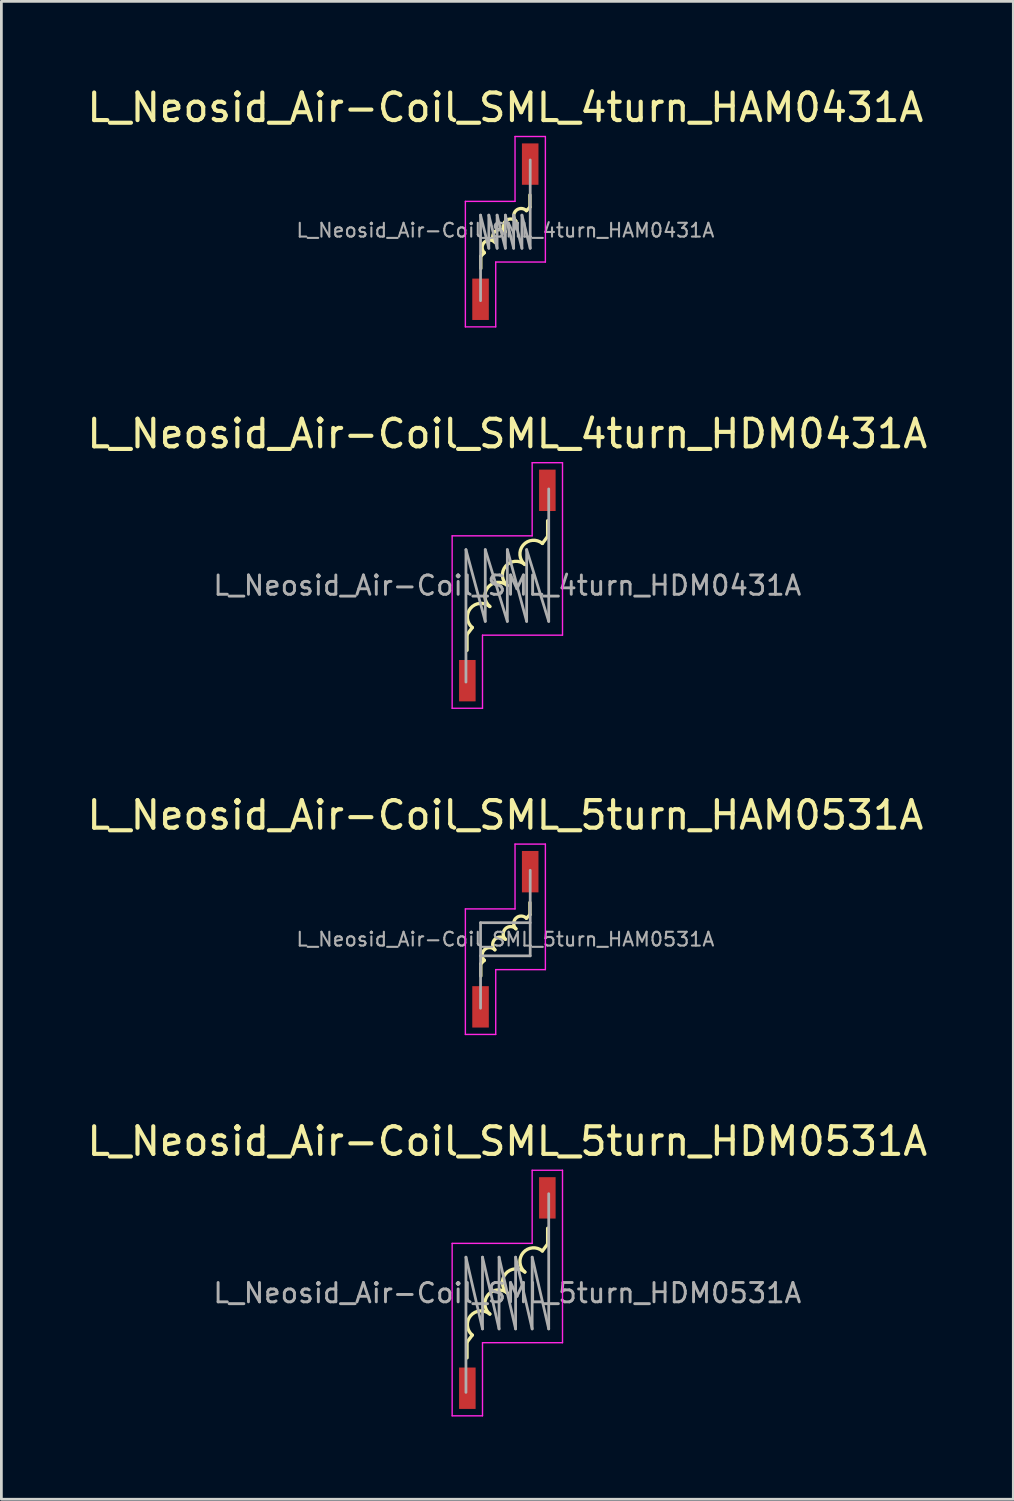
<source format=kicad_pcb>
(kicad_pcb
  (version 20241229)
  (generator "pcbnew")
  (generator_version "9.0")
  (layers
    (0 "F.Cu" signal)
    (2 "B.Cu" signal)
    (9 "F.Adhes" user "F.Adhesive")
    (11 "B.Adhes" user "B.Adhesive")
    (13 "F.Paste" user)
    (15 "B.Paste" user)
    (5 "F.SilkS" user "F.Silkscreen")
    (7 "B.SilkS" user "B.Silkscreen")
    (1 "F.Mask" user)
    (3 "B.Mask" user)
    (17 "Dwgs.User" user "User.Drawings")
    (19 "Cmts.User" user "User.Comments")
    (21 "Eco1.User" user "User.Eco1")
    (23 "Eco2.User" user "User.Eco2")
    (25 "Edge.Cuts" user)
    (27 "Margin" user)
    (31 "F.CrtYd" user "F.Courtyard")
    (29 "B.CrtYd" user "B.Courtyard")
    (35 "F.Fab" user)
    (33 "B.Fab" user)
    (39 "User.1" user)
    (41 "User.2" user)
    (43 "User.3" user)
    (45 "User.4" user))
  (footprint "L_Neosid_Air-Coil_SML_5turn_HDM0531A"
    (layer "F.Cu")
    (at 15.339 43.818)
    (property "Reference" "L_Neosid_Air-Coil_SML_5turn_HDM0531A" (at 0 -5.5 0) (layer "F.SilkS") (effects (font (size 1 1) (thickness 0.15))))
    (attr smd)
    (fp_line (start -1.46 1.778) (end -1.46 2.349) (stroke (width 0.12) (type solid)) (layer "F.SilkS"))
    (fp_line (start -1.27 1.524) (end -1.46 1.778) (stroke (width 0.12) (type solid)) (layer "F.SilkS"))
    (fp_line (start 1.46 -1.778) (end 1.27 -1.524) (stroke (width 0.12) (type solid)) (layer "F.SilkS"))
    (fp_line (start 1.46 -1.778) (end 1.46 -2.349) (stroke (width 0.12) (type solid)) (layer "F.SilkS"))
    (fp_arc (start -1.269998 1.523998) (mid -1.333498 0.8255) (end -0.635 0.762) (stroke (width 0.12) (type solid)) (layer "F.SilkS"))
    (fp_arc (start -0.634998 0.761998) (mid -0.698498 0.0635) (end 0 0) (stroke (width 0.12) (type solid)) (layer "F.SilkS"))
    (fp_arc (start 0.000002 -0.000002) (mid -0.063498 -0.6985) (end 0.635 -0.762) (stroke (width 0.12) (type solid)) (layer "F.SilkS"))
    (fp_arc (start 0.635002 -0.762002) (mid 0.571502 -1.4605) (end 1.27 -1.524) (stroke (width 0.12) (type solid)) (layer "F.SilkS"))
    (fp_line (start -2 -1.8) (end -2 4.45) (stroke (width 0.05) (type solid)) (layer "F.CrtYd"))
    (fp_line (start -2 4.45) (end -0.9 4.45) (stroke (width 0.05) (type solid)) (layer "F.CrtYd"))
    (fp_line (start -0.9 1.8) (end 2 1.8) (stroke (width 0.05) (type solid)) (layer "F.CrtYd"))
    (fp_line (start -0.9 4.45) (end -0.9 1.8) (stroke (width 0.05) (type solid)) (layer "F.CrtYd"))
    (fp_line (start 0.9 -4.45) (end 0.9 -1.8) (stroke (width 0.05) (type solid)) (layer "F.CrtYd"))
    (fp_line (start 0.9 -1.8) (end -2 -1.8) (stroke (width 0.05) (type solid)) (layer "F.CrtYd"))
    (fp_line (start 2 -4.45) (end 0.9 -4.45) (stroke (width 0.05) (type solid)) (layer "F.CrtYd"))
    (fp_line (start 2 1.8) (end 2 -4.45) (stroke (width 0.05) (type solid)) (layer "F.CrtYd"))
    (fp_line (start -1.5 -1.3) (end -0.9 1.3) (stroke (width 0.1) (type solid)) (layer "F.Fab"))
    (fp_line (start -1.5 3.6) (end -1.5 -1.3) (stroke (width 0.1) (type solid)) (layer "F.Fab"))
    (fp_line (start -0.9 -1.3) (end -0.3 1.3) (stroke (width 0.1) (type solid)) (layer "F.Fab"))
    (fp_line (start -0.9 1.3) (end -0.9 -1.3) (stroke (width 0.1) (type solid)) (layer "F.Fab"))
    (fp_line (start -0.3 -1.3) (end 0.3 1.3) (stroke (width 0.1) (type solid)) (layer "F.Fab"))
    (fp_line (start -0.3 1.3) (end -0.3 -1.3) (stroke (width 0.1) (type solid)) (layer "F.Fab"))
    (fp_line (start 0.3 -1.3) (end 0.9 1.3) (stroke (width 0.1) (type solid)) (layer "F.Fab"))
    (fp_line (start 0.3 1.3) (end 0.3 -1.3) (stroke (width 0.1) (type solid)) (layer "F.Fab"))
    (fp_line (start 0.9 -1.3) (end 1.5 1.3) (stroke (width 0.1) (type solid)) (layer "F.Fab"))
    (fp_line (start 0.9 1.3) (end 0.9 -1.3) (stroke (width 0.1) (type solid)) (layer "F.Fab"))
    (fp_line (start 1.5 1.3) (end 1.5 -3.6) (stroke (width 0.1) (type solid)) (layer "F.Fab"))
    (fp_text user "${REFERENCE}" (at 0 0 0) (layer "F.Fab") (effects (font (size 0.7 0.7) (thickness 0.105))))
    (pad "1" smd rect (at -1.45 3.45) (size 0.6 1.5) (layers "F.Cu" "F.Mask" "F.Paste"))
    (pad "2" smd rect (at 1.45 -3.45) (size 0.6 1.5) (layers "F.Cu" "F.Mask" "F.Paste")))
  (footprint "L_Neosid_Air-Coil_SML_4turn_HDM0431A"
    (layer "F.Cu")
    (at 15.339 18.172)
    (property "Reference" "L_Neosid_Air-Coil_SML_4turn_HDM0431A" (at 0 -5.5 0) (layer "F.SilkS") (effects (font (size 1 1) (thickness 0.15))))
    (attr smd)
    (fp_line (start -1.46 1.778) (end -1.46 2.349) (stroke (width 0.12) (type solid)) (layer "F.SilkS"))
    (fp_line (start -1.27 1.524) (end -1.46 1.778) (stroke (width 0.12) (type solid)) (layer "F.SilkS"))
    (fp_line (start 1.46 -1.778) (end 1.27 -1.524) (stroke (width 0.12) (type solid)) (layer "F.SilkS"))
    (fp_line (start 1.46 -1.778) (end 1.46 -2.349) (stroke (width 0.12) (type solid)) (layer "F.SilkS"))
    (fp_arc (start -1.269998 1.523998) (mid -1.333498 0.8255) (end -0.635 0.762) (stroke (width 0.12) (type solid)) (layer "F.SilkS"))
    (fp_arc (start -0.634998 0.761998) (mid -0.698498 0.0635) (end 0 0) (stroke (width 0.12) (type solid)) (layer "F.SilkS"))
    (fp_arc (start 0.000002 -0.000002) (mid -0.063498 -0.6985) (end 0.635 -0.762) (stroke (width 0.12) (type solid)) (layer "F.SilkS"))
    (fp_arc (start 0.635002 -0.762002) (mid 0.571502 -1.4605) (end 1.27 -1.524) (stroke (width 0.12) (type solid)) (layer "F.SilkS"))
    (fp_line (start -2 -1.8) (end -2 4.45) (stroke (width 0.05) (type solid)) (layer "F.CrtYd"))
    (fp_line (start -2 4.45) (end -0.9 4.45) (stroke (width 0.05) (type solid)) (layer "F.CrtYd"))
    (fp_line (start -0.9 1.8) (end 2 1.8) (stroke (width 0.05) (type solid)) (layer "F.CrtYd"))
    (fp_line (start -0.9 4.45) (end -0.9 1.8) (stroke (width 0.05) (type solid)) (layer "F.CrtYd"))
    (fp_line (start 0.9 -4.45) (end 0.9 -1.8) (stroke (width 0.05) (type solid)) (layer "F.CrtYd"))
    (fp_line (start 0.9 -1.8) (end -2 -1.8) (stroke (width 0.05) (type solid)) (layer "F.CrtYd"))
    (fp_line (start 2 -4.45) (end 0.9 -4.45) (stroke (width 0.05) (type solid)) (layer "F.CrtYd"))
    (fp_line (start 2 1.8) (end 2 -4.45) (stroke (width 0.05) (type solid)) (layer "F.CrtYd"))
    (fp_line (start -1.5 -1.3) (end -0.8 1.3) (stroke (width 0.1) (type solid)) (layer "F.Fab"))
    (fp_line (start -1.5 3.5) (end -1.5 -1.3) (stroke (width 0.1) (type solid)) (layer "F.Fab"))
    (fp_line (start -0.8 -1.3) (end 0 1.3) (stroke (width 0.1) (type solid)) (layer "F.Fab"))
    (fp_line (start -0.8 1.3) (end -0.8 -1.3) (stroke (width 0.1) (type solid)) (layer "F.Fab"))
    (fp_line (start 0 -1.3) (end 0.7 1.3) (stroke (width 0.1) (type solid)) (layer "F.Fab"))
    (fp_line (start 0 1.3) (end 0 -1.3) (stroke (width 0.1) (type solid)) (layer "F.Fab"))
    (fp_line (start 0.7 -1.3) (end 1.5 1.3) (stroke (width 0.1) (type solid)) (layer "F.Fab"))
    (fp_line (start 0.7 1.3) (end 0.7 -1.3) (stroke (width 0.1) (type solid)) (layer "F.Fab"))
    (fp_line (start 1.5 1.3) (end 1.5 -3.5) (stroke (width 0.1) (type solid)) (layer "F.Fab"))
    (fp_text user "${REFERENCE}" (at 0 0 0) (layer "F.Fab") (effects (font (size 0.7 0.7) (thickness 0.105))))
    (pad "1" smd rect (at -1.45 3.45) (size 0.6 1.5) (layers "F.Cu" "F.Mask" "F.Paste"))
    (pad "2" smd rect (at 1.45 -3.45) (size 0.6 1.5) (layers "F.Cu" "F.Mask" "F.Paste")))
  (footprint "L_Neosid_Air-Coil_SML_4turn_HAM0431A"
    (layer "F.Cu")
    (at 15.268 5.348)
    (property "Reference" "L_Neosid_Air-Coil_SML_4turn_HAM0431A" (at 0 -4.5 0) (layer "F.SilkS") (effects (font (size 1 1) (thickness 0.15))))
    (attr smd)
    (fp_line (start -0.889 0.889) (end -0.762 0.762) (stroke (width 0.12) (type solid)) (layer "F.SilkS"))
    (fp_line (start -0.889 1.333) (end -0.889 0.889) (stroke (width 0.12) (type solid)) (layer "F.SilkS"))
    (fp_line (start 0.762 -0.762) (end 0.889 -0.889) (stroke (width 0.12) (type solid)) (layer "F.SilkS"))
    (fp_line (start 0.889 -0.889) (end 0.889 -1.333) (stroke (width 0.12) (type solid)) (layer "F.SilkS"))
    (fp_arc (start -0.761996 0.761996) (mid -0.761996 0.380998) (end -0.380998 0.380998) (stroke (width 0.12) (type solid)) (layer "F.SilkS"))
    (fp_arc (start -0.380998 0.380998) (mid -0.380998 0) (end 0 0) (stroke (width 0.12) (type solid)) (layer "F.SilkS"))
    (fp_arc (start 0.000002 -0.000002) (mid 0.000002 -0.381) (end 0.381 -0.381) (stroke (width 0.12) (type solid)) (layer "F.SilkS"))
    (fp_arc (start 0.381002 -0.381002) (mid 0.381002 -0.762) (end 0.762 -0.762) (stroke (width 0.12) (type solid)) (layer "F.SilkS"))
    (fp_line (start -1.45 -1.1) (end -1.45 3.45) (stroke (width 0.05) (type solid)) (layer "F.CrtYd"))
    (fp_line (start -1.45 3.45) (end -0.35 3.45) (stroke (width 0.05) (type solid)) (layer "F.CrtYd"))
    (fp_line (start -0.35 1.1) (end 1.45 1.1) (stroke (width 0.05) (type solid)) (layer "F.CrtYd"))
    (fp_line (start -0.35 3.45) (end -0.35 1.1) (stroke (width 0.05) (type solid)) (layer "F.CrtYd"))
    (fp_line (start 0.35 -3.45) (end 0.35 -1.1) (stroke (width 0.05) (type solid)) (layer "F.CrtYd"))
    (fp_line (start 0.35 -1.1) (end -1.45 -1.1) (stroke (width 0.05) (type solid)) (layer "F.CrtYd"))
    (fp_line (start 1.45 -3.45) (end 0.35 -3.45) (stroke (width 0.05) (type solid)) (layer "F.CrtYd"))
    (fp_line (start 1.45 1.1) (end 1.45 -3.45) (stroke (width 0.05) (type solid)) (layer "F.CrtYd"))
    (fp_line (start -0.9 -0.6) (end -0.6 0.6) (stroke (width 0.1) (type solid)) (layer "F.Fab"))
    (fp_line (start -0.9 2.5) (end -0.9 -0.6) (stroke (width 0.1) (type solid)) (layer "F.Fab"))
    (fp_line (start -0.6 -0.6) (end -0.3 0.6) (stroke (width 0.1) (type solid)) (layer "F.Fab"))
    (fp_line (start -0.6 0.6) (end -0.6 -0.6) (stroke (width 0.1) (type solid)) (layer "F.Fab"))
    (fp_line (start -0.3 -0.6) (end 0 0.6) (stroke (width 0.1) (type solid)) (layer "F.Fab"))
    (fp_line (start -0.3 0.6) (end -0.3 -0.6) (stroke (width 0.1) (type solid)) (layer "F.Fab"))
    (fp_line (start 0 0.6) (end 0 -0.6) (stroke (width 0.1) (type solid)) (layer "F.Fab"))
    (fp_line (start 0.3 -0.6) (end 0.3 0.6) (stroke (width 0.1) (type solid)) (layer "F.Fab"))
    (fp_line (start 0.3 -0.6) (end 0.6 0.6) (stroke (width 0.1) (type solid)) (layer "F.Fab"))
    (fp_line (start 0.3 0.6) (end 0 -0.6) (stroke (width 0.1) (type solid)) (layer "F.Fab"))
    (fp_line (start 0.6 -0.6) (end 0.9 0.6) (stroke (width 0.1) (type solid)) (layer "F.Fab"))
    (fp_line (start 0.6 0.6) (end 0.6 -0.6) (stroke (width 0.1) (type solid)) (layer "F.Fab"))
    (fp_line (start 0.9 0.6) (end 0.9 -2.6) (stroke (width 0.1) (type solid)) (layer "F.Fab"))
    (fp_text user "${REFERENCE}" (at 0 -0.05 0) (layer "F.Fab") (effects (font (size 0.5 0.5) (thickness 0.075))))
    (pad "1" smd rect (at -0.9 2.45) (size 0.6 1.5) (layers "F.Cu" "F.Mask" "F.Paste"))
    (pad "2" smd rect (at 0.9 -2.45) (size 0.6 1.5) (layers "F.Cu" "F.Mask" "F.Paste")))
  (footprint "L_Neosid_Air-Coil_SML_5turn_HAM0531A"
    (layer "F.Cu")
    (at 15.268 30.995)
    (property "Reference" "L_Neosid_Air-Coil_SML_5turn_HAM0531A" (at 0 -4.5 0) (layer "F.SilkS") (effects (font (size 1 1) (thickness 0.15))))
    (attr smd)
    (fp_line (start -0.889 0.889) (end -0.762 0.762) (stroke (width 0.12) (type solid)) (layer "F.SilkS"))
    (fp_line (start -0.889 1.333) (end -0.889 0.889) (stroke (width 0.12) (type solid)) (layer "F.SilkS"))
    (fp_line (start 0.762 -0.762) (end 0.889 -0.889) (stroke (width 0.12) (type solid)) (layer "F.SilkS"))
    (fp_line (start 0.889 -0.889) (end 0.889 -1.333) (stroke (width 0.12) (type solid)) (layer "F.SilkS"))
    (fp_arc (start -0.761996 0.761996) (mid -0.761996 0.380998) (end -0.380998 0.380998) (stroke (width 0.12) (type solid)) (layer "F.SilkS"))
    (fp_arc (start -0.380998 0.380998) (mid -0.380998 0) (end 0 0) (stroke (width 0.12) (type solid)) (layer "F.SilkS"))
    (fp_arc (start 0.000002 -0.000002) (mid 0.000002 -0.381) (end 0.381 -0.381) (stroke (width 0.12) (type solid)) (layer "F.SilkS"))
    (fp_arc (start 0.381002 -0.381002) (mid 0.381002 -0.762) (end 0.762 -0.762) (stroke (width 0.12) (type solid)) (layer "F.SilkS"))
    (fp_line (start -1.45 -1.1) (end -1.45 3.45) (stroke (width 0.05) (type solid)) (layer "F.CrtYd"))
    (fp_line (start -1.45 3.45) (end -0.35 3.45) (stroke (width 0.05) (type solid)) (layer "F.CrtYd"))
    (fp_line (start -0.35 1.1) (end 1.45 1.1) (stroke (width 0.05) (type solid)) (layer "F.CrtYd"))
    (fp_line (start -0.35 3.45) (end -0.35 1.1) (stroke (width 0.05) (type solid)) (layer "F.CrtYd"))
    (fp_line (start 0.35 -3.45) (end 0.35 -1.1) (stroke (width 0.05) (type solid)) (layer "F.CrtYd"))
    (fp_line (start 0.35 -1.1) (end -1.45 -1.1) (stroke (width 0.05) (type solid)) (layer "F.CrtYd"))
    (fp_line (start 1.45 -3.45) (end 0.35 -3.45) (stroke (width 0.05) (type solid)) (layer "F.CrtYd"))
    (fp_line (start 1.45 1.1) (end 1.45 -3.45) (stroke (width 0.05) (type solid)) (layer "F.CrtYd"))
    (fp_line (start -0.9 -0.6) (end 0.9 -0.6) (stroke (width 0.1) (type solid)) (layer "F.Fab"))
    (fp_line (start -0.9 2.5) (end -0.9 -0.6) (stroke (width 0.1) (type solid)) (layer "F.Fab"))
    (fp_line (start 0.9 -2.5) (end 0.9 0.6) (stroke (width 0.1) (type solid)) (layer "F.Fab"))
    (fp_line (start 0.9 0.6) (end -0.9 0.6) (stroke (width 0.1) (type solid)) (layer "F.Fab"))
    (fp_text user "${REFERENCE}" (at 0 0 0) (layer "F.Fab") (effects (font (size 0.5 0.5) (thickness 0.075))))
    (pad "1" smd rect (at -0.9 2.45) (size 0.6 1.5) (layers "F.Cu" "F.Mask" "F.Paste"))
    (pad "2" smd rect (at 0.9 -2.45) (size 0.6 1.5) (layers "F.Cu" "F.Mask" "F.Paste")))
  (gr_rect
    (start -3 -3)
    (end 33.679 51.293)
    (stroke (width 0.1) (type default))
    (fill no)
    (layer "Edge.Cuts")))
</source>
